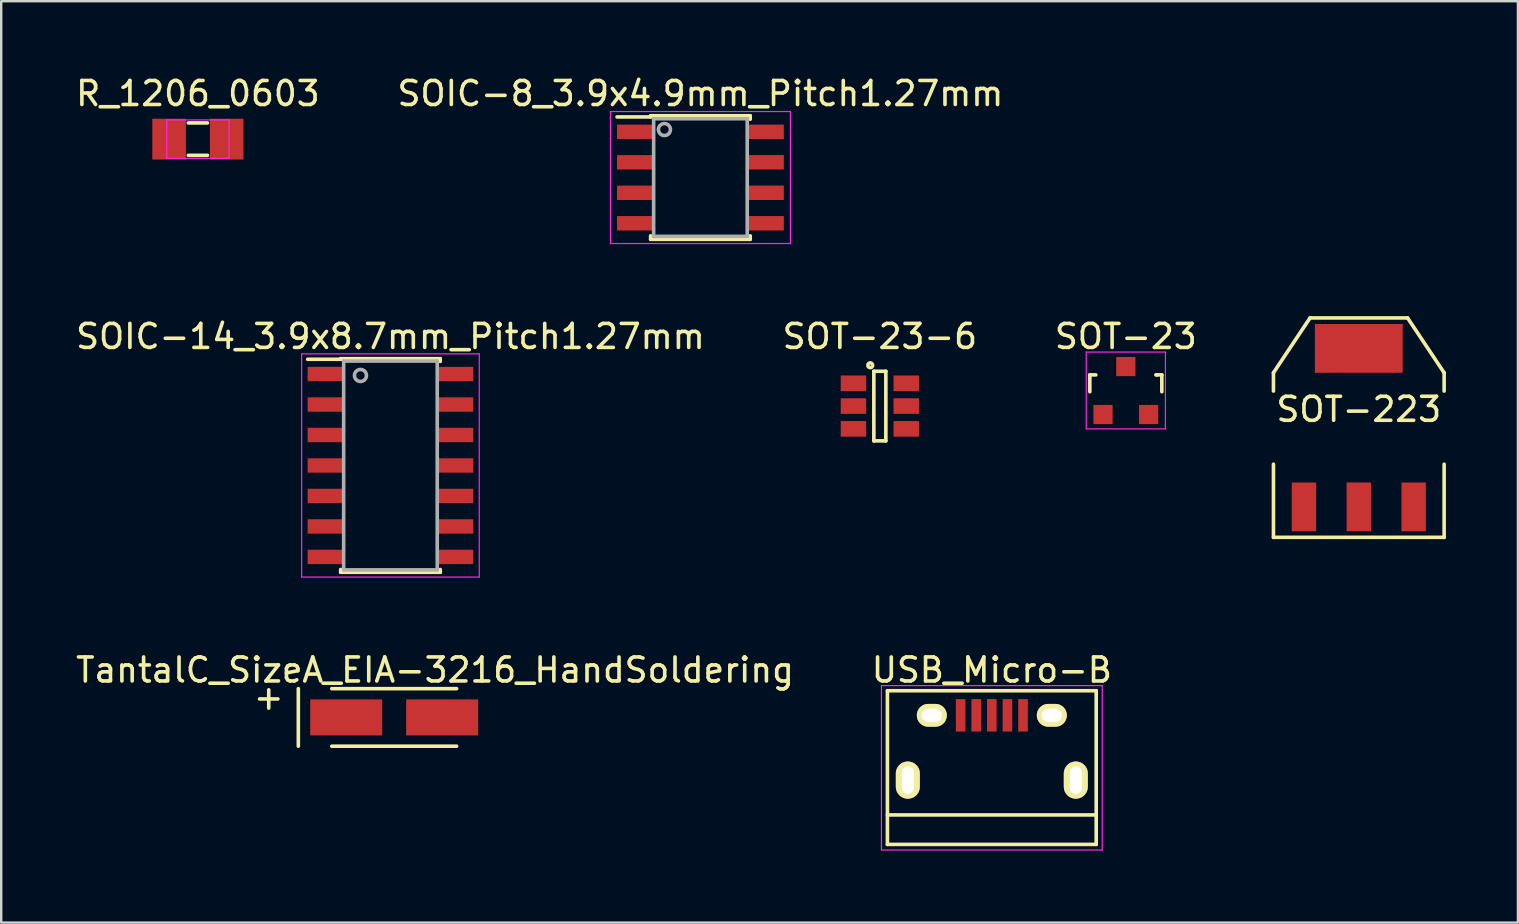
<source format=kicad_pcb>
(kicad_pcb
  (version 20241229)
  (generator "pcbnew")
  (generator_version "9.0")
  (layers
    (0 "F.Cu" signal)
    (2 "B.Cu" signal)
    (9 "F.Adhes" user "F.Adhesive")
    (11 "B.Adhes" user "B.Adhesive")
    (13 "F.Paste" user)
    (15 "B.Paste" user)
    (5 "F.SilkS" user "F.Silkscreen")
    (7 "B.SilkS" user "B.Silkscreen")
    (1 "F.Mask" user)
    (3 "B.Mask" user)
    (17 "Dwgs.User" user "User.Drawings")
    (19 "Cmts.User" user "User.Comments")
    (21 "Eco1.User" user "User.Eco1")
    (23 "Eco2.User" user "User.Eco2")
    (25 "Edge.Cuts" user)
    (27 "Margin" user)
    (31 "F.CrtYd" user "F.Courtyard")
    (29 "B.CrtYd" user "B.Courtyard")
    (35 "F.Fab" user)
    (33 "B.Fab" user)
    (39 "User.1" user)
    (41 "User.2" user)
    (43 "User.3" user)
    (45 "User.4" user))
  (footprint "TantalC_SizeA_EIA-3216_HandSoldering"
    (layer "F.Cu")
    (at 13.376 26.845)
    (property "Reference" "TantalC_SizeA_EIA-3216_HandSoldering" (at 1.701 -1.975 0) (layer "F.SilkS") (effects (font (size 1 1) (thickness 0.15))))
    (attr smd)
    (fp_line (start -3.995 -1.199) (end -3.995 1.199) (stroke (width 0.15) (type solid)) (layer "F.SilkS"))
    (fp_line (start -2.601 1.199) (end 2.601 1.199) (stroke (width 0.15) (type solid)) (layer "F.SilkS"))
    (fp_line (start 2.601 -1.199) (end -2.601 -1.199) (stroke (width 0.15) (type solid)) (layer "F.SilkS"))
    (fp_text user "+" (at -5.228 -0.844 0) (layer "F.SilkS") (effects (font (size 1 1) (thickness 0.15))))
    (pad "1" smd rect (at -1.999 0) (size 3 1.501) (layers "F.Cu" "F.Mask" "F.Paste"))
    (pad "2" smd rect (at 1.999 0) (size 3 1.501) (layers "F.Cu" "F.Mask" "F.Paste")))
  (footprint "SOT-223"
    (layer "F.Cu")
    (at 53.571 14.77)
    (property "Reference" "SOT-223" (at 0 -0.762 0) (layer "F.SilkS") (effects (font (size 1 1) (thickness 0.15))))
    (attr smd)
    (fp_line (start -3.556 -2.286) (end -2.032 -4.572) (stroke (width 0.15) (type solid)) (layer "F.SilkS"))
    (fp_line (start -3.556 -1.524) (end -3.556 -2.286) (stroke (width 0.15) (type solid)) (layer "F.SilkS"))
    (fp_line (start -3.556 1.524) (end -3.556 4.572) (stroke (width 0.15) (type solid)) (layer "F.SilkS"))
    (fp_line (start -3.556 4.572) (end 3.556 4.572) (stroke (width 0.15) (type solid)) (layer "F.SilkS"))
    (fp_line (start -2.032 -4.572) (end 2.032 -4.572) (stroke (width 0.15) (type solid)) (layer "F.SilkS"))
    (fp_line (start 2.032 -4.572) (end 3.556 -2.286) (stroke (width 0.15) (type solid)) (layer "F.SilkS"))
    (fp_line (start 3.556 -2.286) (end 3.556 -1.524) (stroke (width 0.15) (type solid)) (layer "F.SilkS"))
    (fp_line (start 3.556 4.572) (end 3.556 1.524) (stroke (width 0.15) (type solid)) (layer "F.SilkS"))
    (pad "1" smd rect (at -2.286 3.302) (size 1.016 2.032) (layers "F.Cu" "F.Mask" "F.Paste"))
    (pad "2" smd rect (at 0 3.302) (size 1.016 2.032) (layers "F.Cu" "F.Mask" "F.Paste"))
    (pad "3" smd rect (at 2.286 3.302) (size 1.016 2.032) (layers "F.Cu" "F.Mask" "F.Paste"))
    (pad "4" smd rect (at 0 -3.302) (size 3.658 2.032) (layers "F.Cu" "F.Mask" "F.Paste")))
  (footprint "R_1206_0603"
    (layer "F.Cu")
    (at 5.196 2.748)
    (property "Reference" "R_1206_0603" (at 0 -1.9 0) (layer "F.SilkS") (effects (font (size 1 1) (thickness 0.15))))
    (attr smd)
    (fp_line (start -0.4 -0.675) (end 0.4 -0.675) (stroke (width 0.15) (type solid)) (layer "F.SilkS"))
    (fp_line (start 0.4 0.675) (end -0.4 0.675) (stroke (width 0.15) (type solid)) (layer "F.SilkS"))
    (fp_line (start -1.3 -0.8) (end -1.3 0.8) (stroke (width 0.05) (type solid)) (layer "F.CrtYd"))
    (fp_line (start -1.3 -0.8) (end 1.3 -0.8) (stroke (width 0.05) (type solid)) (layer "F.CrtYd"))
    (fp_line (start -1.3 0.8) (end 1.3 0.8) (stroke (width 0.05) (type solid)) (layer "F.CrtYd"))
    (fp_line (start 1.3 -0.8) (end 1.3 0.8) (stroke (width 0.05) (type solid)) (layer "F.CrtYd"))
    (pad "1" smd rect (at -1.2 0 90) (size 1.7 1.4) (layers "F.Cu" "F.Mask" "F.Paste"))
    (pad "2" smd rect (at 1.2 0) (size 1.4 1.7) (layers "F.Cu" "F.Mask" "F.Paste")))
  (footprint "SOT-23-6"
    (layer "F.Cu")
    (at 33.613 13.871)
    (property "Reference" "SOT-23-6" (at 0 -2.9 0) (layer "F.SilkS") (effects (font (size 1 1) (thickness 0.15))))
    (attr smd)
    (fp_line (start -0.25 -1.45) (end -0.25 1.45) (stroke (width 0.15) (type solid)) (layer "F.SilkS"))
    (fp_line (start -0.25 1.45) (end 0.25 1.45) (stroke (width 0.15) (type solid)) (layer "F.SilkS"))
    (fp_line (start 0.25 -1.45) (end -0.25 -1.45) (stroke (width 0.15) (type solid)) (layer "F.SilkS"))
    (fp_line (start 0.25 1.45) (end 0.25 -1.45) (stroke (width 0.15) (type solid)) (layer "F.SilkS"))
    (fp_circle (center -0.4 -1.7) (end -0.3 -1.7) (stroke (width 0.15) (type solid)) (fill no) (layer "F.SilkS"))
    (pad "1" smd rect (at -1.1 -0.95) (size 1.06 0.65) (layers "F.Cu" "F.Mask" "F.Paste"))
    (pad "2" smd rect (at -1.1 0) (size 1.06 0.65) (layers "F.Cu" "F.Mask" "F.Paste"))
    (pad "3" smd rect (at -1.1 0.95) (size 1.06 0.65) (layers "F.Cu" "F.Mask" "F.Paste"))
    (pad "4" smd rect (at 1.1 0.95) (size 1.06 0.65) (layers "F.Cu" "F.Mask" "F.Paste"))
    (pad "5" smd rect (at 1.1 0) (size 1.06 0.65) (layers "F.Cu" "F.Mask" "F.Paste"))
    (pad "6" smd rect (at 1.1 -0.95) (size 1.06 0.65) (layers "F.Cu" "F.Mask" "F.Paste")))
  (footprint "SOT-23"
    (layer "F.Cu")
    (at 43.863 13.222)
    (property "Reference" "SOT-23" (at 0 -2.25 0) (layer "F.SilkS") (effects (font (size 1 1) (thickness 0.15))))
    (attr smd)
    (fp_line (start -1.5 -0.65) (end -1.251 -0.65) (stroke (width 0.15) (type solid)) (layer "F.SilkS"))
    (fp_line (start -1.5 0.051) (end -1.5 -0.65) (stroke (width 0.15) (type solid)) (layer "F.SilkS"))
    (fp_line (start 1.299 -0.65) (end 1.251 -0.65) (stroke (width 0.15) (type solid)) (layer "F.SilkS"))
    (fp_line (start 1.299 -0.65) (end 1.5 -0.65) (stroke (width 0.15) (type solid)) (layer "F.SilkS"))
    (fp_line (start 1.5 -0.65) (end 1.5 0.051) (stroke (width 0.15) (type solid)) (layer "F.SilkS"))
    (fp_line (start -1.65 -1.6) (end 1.65 -1.6) (stroke (width 0.05) (type solid)) (layer "F.CrtYd"))
    (fp_line (start -1.65 1.6) (end -1.65 -1.6) (stroke (width 0.05) (type solid)) (layer "F.CrtYd"))
    (fp_line (start 1.65 -1.6) (end 1.65 1.6) (stroke (width 0.05) (type solid)) (layer "F.CrtYd"))
    (fp_line (start 1.65 1.6) (end -1.65 1.6) (stroke (width 0.05) (type solid)) (layer "F.CrtYd"))
    (pad "1" smd rect (at -0.95 1.001) (size 0.8 0.8) (layers "F.Cu" "F.Mask" "F.Paste"))
    (pad "2" smd rect (at 0.95 1.001) (size 0.8 0.8) (layers "F.Cu" "F.Mask" "F.Paste"))
    (pad "3" smd rect (at 0 -0.998) (size 0.8 0.8) (layers "F.Cu" "F.Mask" "F.Paste")))
  (footprint "SOIC-8_3.9x4.9mm_Pitch1.27mm"
    (layer "F.Cu")
    (at 26.137 4.348)
    (property "Reference" "SOIC-8_3.9x4.9mm_Pitch1.27mm" (at 0 -3.5 0) (layer "F.SilkS") (effects (font (size 1 1) (thickness 0.15))))
    (attr smd)
    (fp_line (start -2.075 -2.575) (end -2.075 -2.525) (stroke (width 0.15) (type solid)) (layer "F.SilkS"))
    (fp_line (start -2.075 -2.575) (end 2.075 -2.575) (stroke (width 0.15) (type solid)) (layer "F.SilkS"))
    (fp_line (start -2.075 -2.525) (end -3.475 -2.525) (stroke (width 0.15) (type solid)) (layer "F.SilkS"))
    (fp_line (start -2.075 2.575) (end -2.075 2.43) (stroke (width 0.15) (type solid)) (layer "F.SilkS"))
    (fp_line (start -2.075 2.575) (end 2.075 2.575) (stroke (width 0.15) (type solid)) (layer "F.SilkS"))
    (fp_line (start 2.075 -2.575) (end 2.075 -2.43) (stroke (width 0.15) (type solid)) (layer "F.SilkS"))
    (fp_line (start 2.075 2.575) (end 2.075 2.43) (stroke (width 0.15) (type solid)) (layer "F.SilkS"))
    (fp_line (start -3.75 -2.75) (end -3.75 2.75) (stroke (width 0.05) (type solid)) (layer "F.CrtYd"))
    (fp_line (start -3.75 -2.75) (end 3.75 -2.75) (stroke (width 0.05) (type solid)) (layer "F.CrtYd"))
    (fp_line (start -3.75 2.75) (end 3.75 2.75) (stroke (width 0.05) (type solid)) (layer "F.CrtYd"))
    (fp_line (start 3.75 -2.75) (end 3.75 2.75) (stroke (width 0.05) (type solid)) (layer "F.CrtYd"))
    (fp_line (start -1.95 -2.45) (end -1.95 2.45) (stroke (width 0.15) (type solid)) (layer "F.Fab"))
    (fp_line (start -1.95 2.45) (end 1.95 2.45) (stroke (width 0.15) (type solid)) (layer "F.Fab"))
    (fp_line (start 1.95 -2.45) (end -1.95 -2.45) (stroke (width 0.15) (type solid)) (layer "F.Fab"))
    (fp_line (start 1.95 2.45) (end 1.95 -2.45) (stroke (width 0.15) (type solid)) (layer "F.Fab"))
    (fp_circle (center -1.5 -2) (end -1.75 -2) (stroke (width 0.15) (type solid)) (fill no) (layer "F.Fab"))
    (pad "1" smd rect (at -2.7 -1.905) (size 1.55 0.6) (layers "F.Cu" "F.Mask" "F.Paste"))
    (pad "2" smd rect (at -2.7 -0.635) (size 1.55 0.6) (layers "F.Cu" "F.Mask" "F.Paste"))
    (pad "3" smd rect (at -2.7 0.635) (size 1.55 0.6) (layers "F.Cu" "F.Mask" "F.Paste"))
    (pad "4" smd rect (at -2.7 1.905) (size 1.55 0.6) (layers "F.Cu" "F.Mask" "F.Paste"))
    (pad "5" smd rect (at 2.7 1.905) (size 1.55 0.6) (layers "F.Cu" "F.Mask" "F.Paste"))
    (pad "6" smd rect (at 2.7 0.635) (size 1.55 0.6) (layers "F.Cu" "F.Mask" "F.Paste"))
    (pad "7" smd rect (at 2.7 -0.635) (size 1.55 0.6) (layers "F.Cu" "F.Mask" "F.Paste"))
    (pad "8" smd rect (at 2.7 -1.905) (size 1.55 0.6) (layers "F.Cu" "F.Mask" "F.Paste")))
  (footprint "USB_Micro-B"
    (layer "F.Cu")
    (at 38.28 28.32)
    (property "Reference" "USB_Micro-B" (at 0 -3.45 0) (layer "F.SilkS") (effects (font (size 1 1) (thickness 0.15))))
    (attr smd)
    (fp_line (start -4.351 -2.588) (end 4.349 -2.588) (stroke (width 0.15) (type solid)) (layer "F.SilkS"))
    (fp_line (start -4.351 3.817) (end -4.351 -2.588) (stroke (width 0.15) (type solid)) (layer "F.SilkS"))
    (fp_line (start -4.351 3.817) (end 4.349 3.817) (stroke (width 0.15) (type solid)) (layer "F.SilkS"))
    (fp_line (start 4.349 -2.588) (end 4.349 3.817) (stroke (width 0.15) (type solid)) (layer "F.SilkS"))
    (fp_line (start 4.349 2.587) (end -4.351 2.587) (stroke (width 0.15) (type solid)) (layer "F.SilkS"))
    (fp_line (start -4.6 -2.8) (end 4.6 -2.8) (stroke (width 0.05) (type solid)) (layer "F.CrtYd"))
    (fp_line (start -4.6 4.05) (end -4.6 -2.8) (stroke (width 0.05) (type solid)) (layer "F.CrtYd"))
    (fp_line (start 4.6 -2.8) (end 4.6 4.05) (stroke (width 0.05) (type solid)) (layer "F.CrtYd"))
    (fp_line (start 4.6 4.05) (end -4.6 4.05) (stroke (width 0.05) (type solid)) (layer "F.CrtYd"))
    (pad "1" smd rect (at -1.301 -1.563 90) (size 1.35 0.4) (layers "F.Cu" "F.Mask" "F.Paste"))
    (pad "2" smd rect (at -0.651 -1.563 90) (size 1.35 0.4) (layers "F.Cu" "F.Mask" "F.Paste"))
    (pad "3" smd rect (at -0.001 -1.563 90) (size 1.35 0.4) (layers "F.Cu" "F.Mask" "F.Paste"))
    (pad "4" smd rect (at 0.649 -1.563 90) (size 1.35 0.4) (layers "F.Cu" "F.Mask" "F.Paste"))
    (pad "5" smd rect (at 1.299 -1.563 90) (size 1.35 0.4) (layers "F.Cu" "F.Mask" "F.Paste"))
    (pad "6" thru_hole oval (at -3.501 1.137 90) (size 1.55 1) (drill oval 1.15 0.5) (layers "*.Cu" "*.Mask" "F.SilkS"))
    (pad "6" thru_hole oval (at -2.501 -1.563 90) (size 0.95 1.25) (drill oval 0.55 0.85) (layers "*.Cu" "*.Mask" "F.SilkS"))
    (pad "6" thru_hole oval (at 2.499 -1.563 90) (size 0.95 1.25) (drill oval 0.55 0.85) (layers "*.Cu" "*.Mask" "F.SilkS"))
    (pad "6" thru_hole oval (at 3.499 1.137 90) (size 1.55 1) (drill oval 1.15 0.5) (layers "*.Cu" "*.Mask" "F.SilkS")))
  (footprint "SOIC-14_3.9x8.7mm_Pitch1.27mm"
    (layer "F.Cu")
    (at 13.22 16.346)
    (property "Reference" "SOIC-14_3.9x8.7mm_Pitch1.27mm" (at 0 -5.375 0) (layer "F.SilkS") (effects (font (size 1 1) (thickness 0.15))))
    (attr smd)
    (fp_line (start -2.075 -4.45) (end -2.075 -4.425) (stroke (width 0.15) (type solid)) (layer "F.SilkS"))
    (fp_line (start -2.075 -4.45) (end 2.075 -4.45) (stroke (width 0.15) (type solid)) (layer "F.SilkS"))
    (fp_line (start -2.075 -4.425) (end -3.45 -4.425) (stroke (width 0.15) (type solid)) (layer "F.SilkS"))
    (fp_line (start -2.075 4.45) (end -2.075 4.335) (stroke (width 0.15) (type solid)) (layer "F.SilkS"))
    (fp_line (start -2.075 4.45) (end 2.075 4.45) (stroke (width 0.15) (type solid)) (layer "F.SilkS"))
    (fp_line (start 2.075 -4.45) (end 2.075 -4.335) (stroke (width 0.15) (type solid)) (layer "F.SilkS"))
    (fp_line (start 2.075 4.45) (end 2.075 4.335) (stroke (width 0.15) (type solid)) (layer "F.SilkS"))
    (fp_line (start -3.7 -4.65) (end -3.7 4.65) (stroke (width 0.05) (type solid)) (layer "F.CrtYd"))
    (fp_line (start -3.7 -4.65) (end 3.7 -4.65) (stroke (width 0.05) (type solid)) (layer "F.CrtYd"))
    (fp_line (start -3.7 4.65) (end 3.7 4.65) (stroke (width 0.05) (type solid)) (layer "F.CrtYd"))
    (fp_line (start 3.7 -4.65) (end 3.7 4.65) (stroke (width 0.05) (type solid)) (layer "F.CrtYd"))
    (fp_line (start -1.95 -4.35) (end -1.95 4.35) (stroke (width 0.15) (type solid)) (layer "F.Fab"))
    (fp_line (start -1.95 4.35) (end 1.95 4.35) (stroke (width 0.15) (type solid)) (layer "F.Fab"))
    (fp_line (start 1.95 -4.35) (end -1.95 -4.35) (stroke (width 0.15) (type solid)) (layer "F.Fab"))
    (fp_line (start 1.95 4.35) (end 1.95 -4.35) (stroke (width 0.15) (type solid)) (layer "F.Fab"))
    (fp_circle (center -1.25 -3.75) (end -1.5 -3.75) (stroke (width 0.15) (type solid)) (fill no) (layer "F.Fab"))
    (pad "1" smd rect (at -2.7 -3.81) (size 1.5 0.6) (layers "F.Cu" "F.Mask" "F.Paste"))
    (pad "2" smd rect (at -2.7 -2.54) (size 1.5 0.6) (layers "F.Cu" "F.Mask" "F.Paste"))
    (pad "3" smd rect (at -2.7 -1.27) (size 1.5 0.6) (layers "F.Cu" "F.Mask" "F.Paste"))
    (pad "4" smd rect (at -2.7 0) (size 1.5 0.6) (layers "F.Cu" "F.Mask" "F.Paste"))
    (pad "5" smd rect (at -2.7 1.27) (size 1.5 0.6) (layers "F.Cu" "F.Mask" "F.Paste"))
    (pad "6" smd rect (at -2.7 2.54) (size 1.5 0.6) (layers "F.Cu" "F.Mask" "F.Paste"))
    (pad "7" smd rect (at -2.7 3.81) (size 1.5 0.6) (layers "F.Cu" "F.Mask" "F.Paste"))
    (pad "8" smd rect (at 2.7 3.81) (size 1.5 0.6) (layers "F.Cu" "F.Mask" "F.Paste"))
    (pad "9" smd rect (at 2.7 2.54) (size 1.5 0.6) (layers "F.Cu" "F.Mask" "F.Paste"))
    (pad "10" smd rect (at 2.7 1.27) (size 1.5 0.6) (layers "F.Cu" "F.Mask" "F.Paste"))
    (pad "11" smd rect (at 2.7 0) (size 1.5 0.6) (layers "F.Cu" "F.Mask" "F.Paste"))
    (pad "12" smd rect (at 2.7 -1.27) (size 1.5 0.6) (layers "F.Cu" "F.Mask" "F.Paste"))
    (pad "13" smd rect (at 2.7 -2.54) (size 1.5 0.6) (layers "F.Cu" "F.Mask" "F.Paste"))
    (pad "14" smd rect (at 2.7 -3.81) (size 1.5 0.6) (layers "F.Cu" "F.Mask" "F.Paste")))
  (gr_rect
    (start -3 -3)
    (end 60.202 35.395)
    (stroke (width 0.1) (type default))
    (fill no)
    (layer "Edge.Cuts")))
</source>
